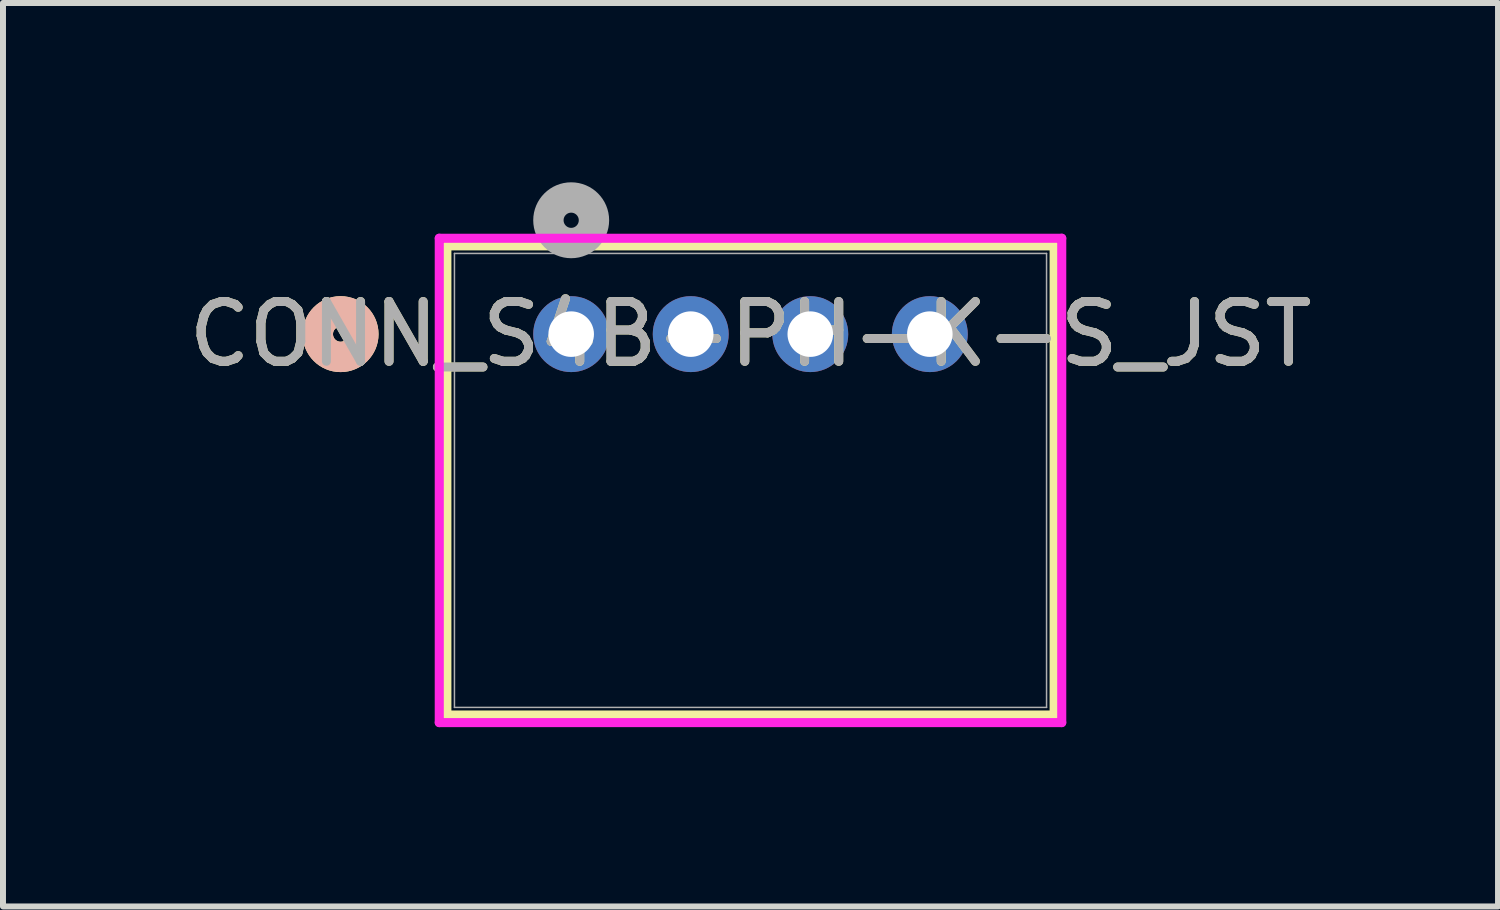
<source format=kicad_pcb>
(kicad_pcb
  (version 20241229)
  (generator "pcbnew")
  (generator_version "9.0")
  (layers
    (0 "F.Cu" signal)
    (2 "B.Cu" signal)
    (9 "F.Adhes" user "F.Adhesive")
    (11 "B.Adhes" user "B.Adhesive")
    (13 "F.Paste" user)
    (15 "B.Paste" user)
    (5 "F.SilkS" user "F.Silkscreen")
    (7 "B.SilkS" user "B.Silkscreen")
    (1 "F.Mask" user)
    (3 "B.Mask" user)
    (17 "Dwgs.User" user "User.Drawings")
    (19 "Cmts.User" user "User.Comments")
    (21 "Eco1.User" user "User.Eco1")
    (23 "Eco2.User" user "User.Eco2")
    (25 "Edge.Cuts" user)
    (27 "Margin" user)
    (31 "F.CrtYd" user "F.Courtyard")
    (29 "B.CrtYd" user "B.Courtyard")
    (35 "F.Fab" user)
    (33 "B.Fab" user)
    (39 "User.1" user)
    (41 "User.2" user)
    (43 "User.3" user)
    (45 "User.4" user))
  (footprint "CONN_S4B-PH-K-S_JST"
    (layer "F.Cu")
    (at 6.506 2.54)
    (property "Reference" "CONN_S4B-PH-K-S_JST" (at 3 0 0) (unlocked yes) (layer "F.SilkS") (effects (font (size 1 1) (thickness 0.15))))
    (attr through_hole)
    (fp_line (start -2.08 -1.477) (end -2.08 6.372) (stroke (width 0.152) (type solid)) (layer "F.SilkS"))
    (fp_line (start -2.08 6.372) (end 8.08 6.372) (stroke (width 0.152) (type solid)) (layer "F.SilkS"))
    (fp_line (start 8.08 -1.477) (end -2.08 -1.477) (stroke (width 0.152) (type solid)) (layer "F.SilkS"))
    (fp_line (start 8.08 6.372) (end 8.08 -1.477) (stroke (width 0.152) (type solid)) (layer "F.SilkS"))
    (fp_circle (center -3.858 0) (end -3.477 0) (stroke (width 0.508) (type solid)) (fill no) (layer "F.SilkS"))
    (fp_circle (center -3.858 0) (end -3.477 0) (stroke (width 0.508) (type solid)) (fill no) (layer "B.SilkS"))
    (fp_line (start -2.207 -1.604) (end -2.207 6.499) (stroke (width 0.152) (type solid)) (layer "F.CrtYd"))
    (fp_line (start -2.207 6.499) (end 8.207 6.499) (stroke (width 0.152) (type solid)) (layer "F.CrtYd"))
    (fp_line (start 8.207 -1.604) (end -2.207 -1.604) (stroke (width 0.152) (type solid)) (layer "F.CrtYd"))
    (fp_line (start 8.207 6.499) (end 8.207 -1.604) (stroke (width 0.152) (type solid)) (layer "F.CrtYd"))
    (fp_line (start -1.953 -1.35) (end -1.953 6.245) (stroke (width 0.025) (type solid)) (layer "F.Fab"))
    (fp_line (start -1.953 6.245) (end 7.953 6.245) (stroke (width 0.025) (type solid)) (layer "F.Fab"))
    (fp_line (start 7.953 -1.35) (end -1.953 -1.35) (stroke (width 0.025) (type solid)) (layer "F.Fab"))
    (fp_line (start 7.953 6.245) (end 7.953 -1.35) (stroke (width 0.025) (type solid)) (layer "F.Fab"))
    (fp_circle (center 0 -1.905) (end 0.381 -1.905) (stroke (width 0.508) (type solid)) (fill no) (layer "F.Fab"))
    (fp_text user "${REFERENCE}" (at 3 0 0) (unlocked yes) (layer "F.Fab") (effects (font (size 1 1) (thickness 0.15))))
    (pad "1" thru_hole circle (at 0 0) (size 1.27 1.27) (drill 0.762) (layers "*.Cu" "*.Mask"))
    (pad "2" thru_hole circle (at 2 0) (size 1.27 1.27) (drill 0.762) (layers "*.Cu" "*.Mask"))
    (pad "3" thru_hole circle (at 4 0) (size 1.27 1.27) (drill 0.762) (layers "*.Cu" "*.Mask"))
    (pad "4" thru_hole circle (at 6 0) (size 1.27 1.27) (drill 0.762) (layers "*.Cu" "*.Mask")))
  (gr_rect
    (start -3 -3)
    (end 22.012 12.115)
    (stroke (width 0.1) (type default))
    (fill no)
    (layer "Edge.Cuts")))
</source>
